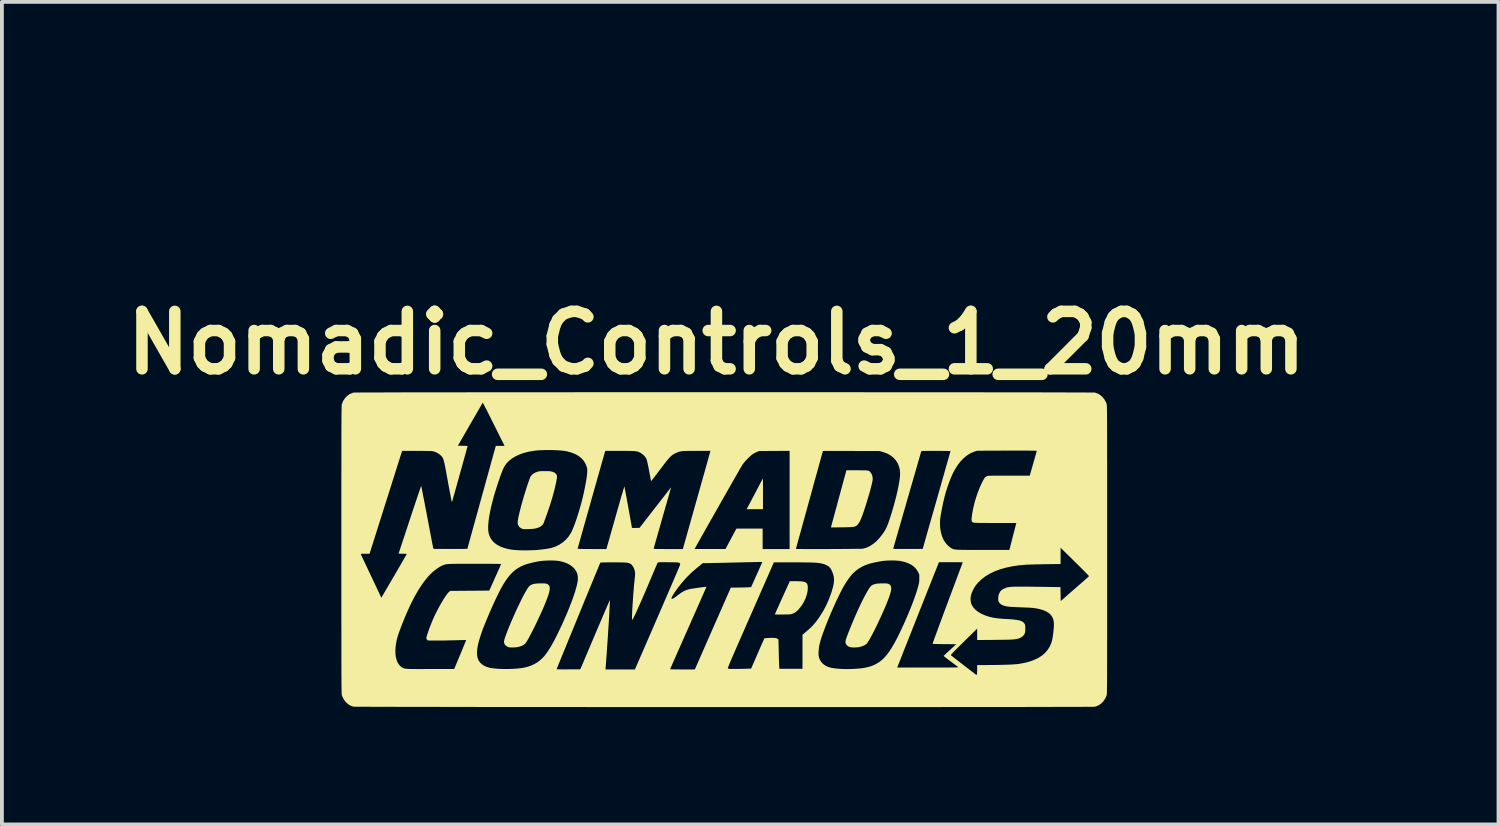
<source format=kicad_pcb>
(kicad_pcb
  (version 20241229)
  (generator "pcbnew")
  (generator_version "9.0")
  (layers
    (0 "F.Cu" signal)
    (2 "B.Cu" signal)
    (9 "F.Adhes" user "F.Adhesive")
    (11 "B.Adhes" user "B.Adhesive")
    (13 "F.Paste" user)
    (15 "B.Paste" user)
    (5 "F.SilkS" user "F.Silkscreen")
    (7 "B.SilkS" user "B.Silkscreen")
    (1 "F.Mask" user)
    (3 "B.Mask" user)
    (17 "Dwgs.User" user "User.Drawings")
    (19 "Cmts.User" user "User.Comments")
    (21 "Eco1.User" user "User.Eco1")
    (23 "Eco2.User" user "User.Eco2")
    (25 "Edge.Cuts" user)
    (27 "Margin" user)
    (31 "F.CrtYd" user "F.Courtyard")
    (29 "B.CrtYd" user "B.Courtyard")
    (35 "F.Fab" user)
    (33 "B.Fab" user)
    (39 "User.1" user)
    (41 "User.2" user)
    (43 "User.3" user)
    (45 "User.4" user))
  (footprint "Nomadic_Controls_1_20mm"
    (layer "F.Cu")
    (at 15.857 11.302)
    (property "Reference" "Nomadic_Controls_1_20mm" (at -0.2 -5.4 0) (layer "F.SilkS") (effects (font (size 1.5 1.5) (thickness 0.3))))
    (attr board_only exclude_from_pos_files exclude_from_bom)
    (fp_poly (pts (xy 1.013 -1.851) (xy 1.014 -1.829) (xy 1.014 -1.793) (xy 1.014 -1.746) (xy 1.015 -1.689) (xy 1.015 -1.623) (xy 1.015 -1.55) (xy 1.015 -1.471) (xy 1.015 -1.459) (xy 1.015 -1.056) (xy 0.802 -1.056) (xy 0.588 -1.056) (xy 0.629 -1.132) (xy 0.642 -1.155) (xy 0.661 -1.192) (xy 0.685 -1.238) (xy 0.714 -1.293) (xy 0.747 -1.356) (xy 0.782 -1.422) (xy 0.819 -1.492) (xy 0.84 -1.531) (xy 0.875 -1.598) (xy 0.908 -1.661) (xy 0.937 -1.717) (xy 0.963 -1.766) (xy 0.985 -1.806) (xy 1 -1.836) (xy 1.01 -1.854) (xy 1.012 -1.858)) (stroke (width 0) (type solid)) (fill yes) (layer "F.SilkS"))
    (fp_poly (pts (xy 1.863 0.823) (xy 1.945 0.825) (xy 2.012 0.828) (xy 2.066 0.835) (xy 2.108 0.846) (xy 2.139 0.861) (xy 2.161 0.882) (xy 2.175 0.91) (xy 2.183 0.944) (xy 2.186 0.986) (xy 2.186 0.998) (xy 2.179 1.09) (xy 2.157 1.185) (xy 2.123 1.282) (xy 2.077 1.376) (xy 2.02 1.466) (xy 1.954 1.549) (xy 1.925 1.581) (xy 1.872 1.628) (xy 1.818 1.661) (xy 1.761 1.682) (xy 1.746 1.686) (xy 1.727 1.688) (xy 1.696 1.69) (xy 1.656 1.692) (xy 1.61 1.693) (xy 1.56 1.694) (xy 1.509 1.695) (xy 1.46 1.695) (xy 1.415 1.695) (xy 1.376 1.694) (xy 1.347 1.692) (xy 1.33 1.69) (xy 1.326 1.689) (xy 1.33 1.68) (xy 1.339 1.658) (xy 1.354 1.624) (xy 1.374 1.579) (xy 1.399 1.524) (xy 1.427 1.462) (xy 1.458 1.392) (xy 1.492 1.317) (xy 1.521 1.253) (xy 1.716 0.823)) (stroke (width 0) (type solid)) (fill yes) (layer "F.SilkS"))
    (fp_poly (pts (xy 3.551 -2.072) (xy 3.614 -2.071) (xy 3.665 -2.071) (xy 3.705 -2.069) (xy 3.735 -2.067) (xy 3.758 -2.063) (xy 3.775 -2.058) (xy 3.789 -2.051) (xy 3.8 -2.043) (xy 3.811 -2.032) (xy 3.817 -2.025) (xy 3.851 -1.977) (xy 3.872 -1.92) (xy 3.879 -1.875) (xy 3.88 -1.851) (xy 3.879 -1.826) (xy 3.875 -1.796) (xy 3.867 -1.759) (xy 3.856 -1.71) (xy 3.849 -1.682) (xy 3.825 -1.587) (xy 3.797 -1.484) (xy 3.765 -1.376) (xy 3.732 -1.266) (xy 3.699 -1.157) (xy 3.665 -1.053) (xy 3.632 -0.956) (xy 3.601 -0.871) (xy 3.586 -0.83) (xy 3.558 -0.766) (xy 3.529 -0.712) (xy 3.5 -0.668) (xy 3.472 -0.637) (xy 3.464 -0.631) (xy 3.448 -0.62) (xy 3.431 -0.611) (xy 3.413 -0.603) (xy 3.392 -0.598) (xy 3.365 -0.593) (xy 3.331 -0.59) (xy 3.288 -0.588) (xy 3.234 -0.586) (xy 3.167 -0.584) (xy 3.087 -0.583) (xy 3.076 -0.583) (xy 2.79 -0.58) (xy 2.796 -0.603) (xy 2.799 -0.617) (xy 2.807 -0.645) (xy 2.818 -0.686) (xy 2.832 -0.739) (xy 2.849 -0.801) (xy 2.868 -0.872) (xy 2.889 -0.95) (xy 2.912 -1.034) (xy 2.936 -1.122) (xy 2.96 -1.213) (xy 2.985 -1.306) (xy 3.011 -1.4) (xy 3.036 -1.492) (xy 3.06 -1.581) (xy 3.083 -1.667) (xy 3.105 -1.747) (xy 3.125 -1.821) (xy 3.143 -1.887) (xy 3.158 -1.943) (xy 3.171 -1.988) (xy 3.18 -2.021) (xy 3.185 -2.041) (xy 3.186 -2.045) (xy 3.195 -2.072) (xy 3.473 -2.072)) (stroke (width 0) (type solid)) (fill yes) (layer "F.SilkS"))
    (fp_poly (pts (xy -4.732 0.881) (xy -4.696 0.882) (xy -4.669 0.883) (xy -4.649 0.887) (xy -4.632 0.891) (xy -4.617 0.898) (xy -4.588 0.916) (xy -4.568 0.939) (xy -4.556 0.97) (xy -4.552 1.009) (xy -4.556 1.058) (xy -4.569 1.117) (xy -4.59 1.188) (xy -4.615 1.258) (xy -4.651 1.355) (xy -4.696 1.464) (xy -4.747 1.583) (xy -4.805 1.71) (xy -4.868 1.845) (xy -4.935 1.984) (xy -4.987 2.088) (xy -5.034 2.181) (xy -5.075 2.259) (xy -5.111 2.324) (xy -5.141 2.377) (xy -5.166 2.417) (xy -5.187 2.446) (xy -5.198 2.46) (xy -5.226 2.482) (xy -5.266 2.504) (xy -5.314 2.523) (xy -5.367 2.539) (xy -5.377 2.541) (xy -5.411 2.547) (xy -5.454 2.551) (xy -5.5 2.553) (xy -5.546 2.554) (xy -5.586 2.553) (xy -5.617 2.549) (xy -5.625 2.547) (xy -5.672 2.527) (xy -5.709 2.498) (xy -5.735 2.462) (xy -5.747 2.423) (xy -5.748 2.411) (xy -5.745 2.383) (xy -5.734 2.341) (xy -5.718 2.288) (xy -5.695 2.224) (xy -5.668 2.152) (xy -5.637 2.072) (xy -5.602 1.986) (xy -5.564 1.896) (xy -5.523 1.802) (xy -5.481 1.706) (xy -5.438 1.61) (xy -5.394 1.516) (xy -5.35 1.424) (xy -5.307 1.335) (xy -5.266 1.252) (xy -5.226 1.176) (xy -5.189 1.108) (xy -5.155 1.05) (xy -5.126 1.003) (xy -5.124 1.001) (xy -5.097 0.965) (xy -5.067 0.937) (xy -5.032 0.916) (xy -4.989 0.9) (xy -4.938 0.889) (xy -4.875 0.883) (xy -4.798 0.881) (xy -4.782 0.881)) (stroke (width 0) (type solid)) (fill yes) (layer "F.SilkS"))
    (fp_poly (pts (xy 4.185 0.881) (xy 4.221 0.882) (xy 4.248 0.883) (xy 4.268 0.887) (xy 4.285 0.891) (xy 4.3 0.898) (xy 4.33 0.917) (xy 4.351 0.943) (xy 4.362 0.977) (xy 4.365 1.02) (xy 4.358 1.073) (xy 4.342 1.138) (xy 4.321 1.204) (xy 4.298 1.268) (xy 4.27 1.342) (xy 4.238 1.422) (xy 4.202 1.508) (xy 4.163 1.598) (xy 4.121 1.691) (xy 4.078 1.785) (xy 4.035 1.878) (xy 3.991 1.97) (xy 3.948 2.058) (xy 3.906 2.142) (xy 3.866 2.219) (xy 3.828 2.288) (xy 3.795 2.349) (xy 3.765 2.398) (xy 3.74 2.435) (xy 3.722 2.457) (xy 3.691 2.482) (xy 3.646 2.506) (xy 3.593 2.527) (xy 3.54 2.541) (xy 3.503 2.548) (xy 3.457 2.552) (xy 3.408 2.554) (xy 3.361 2.553) (xy 3.321 2.551) (xy 3.296 2.547) (xy 3.245 2.527) (xy 3.205 2.494) (xy 3.193 2.48) (xy 3.182 2.463) (xy 3.174 2.445) (xy 3.17 2.426) (xy 3.17 2.404) (xy 3.174 2.376) (xy 3.183 2.342) (xy 3.196 2.299) (xy 3.215 2.247) (xy 3.239 2.183) (xy 3.27 2.106) (xy 3.277 2.088) (xy 3.335 1.944) (xy 3.394 1.804) (xy 3.453 1.669) (xy 3.511 1.54) (xy 3.568 1.42) (xy 3.622 1.309) (xy 3.674 1.208) (xy 3.722 1.12) (xy 3.766 1.045) (xy 3.789 1.009) (xy 3.816 0.971) (xy 3.841 0.943) (xy 3.869 0.924) (xy 3.904 0.909) (xy 3.951 0.896) (xy 3.953 0.895) (xy 3.988 0.888) (xy 4.033 0.884) (xy 4.09 0.881) (xy 4.135 0.881)) (stroke (width 0) (type solid)) (fill yes) (layer "F.SilkS"))
    (fp_poly (pts (xy -4.626 -2.051) (xy -4.585 -2.05) (xy -4.553 -2.048) (xy -4.528 -2.045) (xy -4.505 -2.039) (xy -4.482 -2.033) (xy -4.445 -2.019) (xy -4.419 -2.004) (xy -4.396 -1.984) (xy -4.394 -1.982) (xy -4.38 -1.964) (xy -4.37 -1.946) (xy -4.364 -1.926) (xy -4.363 -1.901) (xy -4.366 -1.867) (xy -4.373 -1.824) (xy -4.384 -1.768) (xy -4.386 -1.756) (xy -4.429 -1.567) (xy -4.482 -1.371) (xy -4.544 -1.168) (xy -4.616 -0.956) (xy -4.663 -0.827) (xy -4.678 -0.785) (xy -4.693 -0.746) (xy -4.705 -0.713) (xy -4.713 -0.691) (xy -4.713 -0.69) (xy -4.736 -0.651) (xy -4.773 -0.617) (xy -4.822 -0.587) (xy -4.883 -0.564) (xy -4.927 -0.553) (xy -4.955 -0.548) (xy -4.994 -0.544) (xy -5.039 -0.54) (xy -5.088 -0.538) (xy -5.137 -0.536) (xy -5.181 -0.535) (xy -5.219 -0.536) (xy -5.246 -0.537) (xy -5.257 -0.539) (xy -5.31 -0.564) (xy -5.351 -0.598) (xy -5.377 -0.641) (xy -5.387 -0.671) (xy -5.39 -0.692) (xy -5.39 -0.719) (xy -5.386 -0.752) (xy -5.38 -0.795) (xy -5.37 -0.847) (xy -5.356 -0.911) (xy -5.338 -0.989) (xy -5.325 -1.04) (xy -5.309 -1.103) (xy -5.29 -1.175) (xy -5.268 -1.253) (xy -5.245 -1.334) (xy -5.22 -1.418) (xy -5.194 -1.502) (xy -5.169 -1.583) (xy -5.144 -1.66) (xy -5.121 -1.73) (xy -5.099 -1.792) (xy -5.081 -1.843) (xy -5.066 -1.882) (xy -5.06 -1.895) (xy -5.029 -1.942) (xy -4.984 -1.982) (xy -4.925 -2.015) (xy -4.868 -2.036) (xy -4.845 -2.042) (xy -4.819 -2.046) (xy -4.788 -2.049) (xy -4.748 -2.051) (xy -4.695 -2.051) (xy -4.68 -2.051)) (stroke (width 0) (type solid)) (fill yes) (layer "F.SilkS"))
    (fp_poly (pts (xy 0.384 -4.111) (xy 0.729 -4.111) (xy 1.073 -4.111) (xy 1.416 -4.111) (xy 1.757 -4.111) (xy 2.096 -4.111) (xy 2.433 -4.111) (xy 2.767 -4.111) (xy 3.098 -4.111) (xy 3.425 -4.111) (xy 3.748 -4.11) (xy 4.067 -4.11) (xy 4.381 -4.11) (xy 4.691 -4.11) (xy 4.994 -4.11) (xy 5.292 -4.11) (xy 5.583 -4.11) (xy 5.868 -4.109) (xy 6.146 -4.109) (xy 6.416 -4.109) (xy 6.678 -4.109) (xy 6.932 -4.108) (xy 7.178 -4.108) (xy 7.414 -4.108) (xy 7.641 -4.108) (xy 7.858 -4.107) (xy 8.065 -4.107) (xy 8.262 -4.107) (xy 8.447 -4.106) (xy 8.621 -4.106) (xy 8.784 -4.106) (xy 8.934 -4.105) (xy 9.071 -4.105) (xy 9.196 -4.105) (xy 9.307 -4.104) (xy 9.405 -4.104) (xy 9.488 -4.103) (xy 9.557 -4.103) (xy 9.611 -4.103) (xy 9.65 -4.102) (xy 9.673 -4.102) (xy 9.68 -4.101) (xy 9.752 -4.078) (xy 9.818 -4.04) (xy 9.877 -3.989) (xy 9.928 -3.927) (xy 9.968 -3.854) (xy 9.987 -3.808) (xy 9.988 -3.804) (xy 9.989 -3.799) (xy 9.99 -3.793) (xy 9.991 -3.786) (xy 9.992 -3.776) (xy 9.993 -3.764) (xy 9.994 -3.749) (xy 9.995 -3.731) (xy 9.995 -3.709) (xy 9.996 -3.682) (xy 9.997 -3.651) (xy 9.997 -3.614) (xy 9.998 -3.572) (xy 9.998 -3.523) (xy 9.999 -3.468) (xy 9.999 -3.407) (xy 10 -3.337) (xy 10 -3.26) (xy 10 -3.175) (xy 10 -3.08) (xy 10.001 -2.977) (xy 10.001 -2.864) (xy 10.001 -2.74) (xy 10.001 -2.607) (xy 10.001 -2.462) (xy 10.002 -2.306) (xy 10.002 -2.137) (xy 10.002 -1.957) (xy 10.002 -1.764) (xy 10.002 -1.557) (xy 10.002 -1.337) (xy 10.002 -1.103) (xy 10.002 -0.854) (xy 10.002 -0.59) (xy 10.002 -0.31) (xy 10.002 -0.015) (xy 10.002 0) (xy 10.002 0.296) (xy 10.002 0.576) (xy 10.002 0.841) (xy 10.002 1.091) (xy 10.002 1.326) (xy 10.002 1.546) (xy 10.002 1.754) (xy 10.002 1.948) (xy 10.002 2.129) (xy 10.002 2.298) (xy 10.001 2.454) (xy 10.001 2.6) (xy 10.001 2.734) (xy 10.001 2.858) (xy 10.001 2.972) (xy 10 3.075) (xy 10 3.17) (xy 10 3.256) (xy 10 3.334) (xy 9.999 3.403) (xy 9.999 3.466) (xy 9.998 3.521) (xy 9.998 3.569) (xy 9.997 3.612) (xy 9.997 3.649) (xy 9.996 3.68) (xy 9.995 3.707) (xy 9.995 3.73) (xy 9.994 3.748) (xy 9.993 3.764) (xy 9.992 3.776) (xy 9.991 3.785) (xy 9.99 3.793) (xy 9.989 3.799) (xy 9.988 3.803) (xy 9.987 3.807) (xy 9.987 3.808) (xy 9.953 3.885) (xy 9.908 3.954) (xy 9.854 4.012) (xy 9.792 4.057) (xy 9.723 4.089) (xy 9.68 4.101) (xy 9.67 4.102) (xy 9.643 4.102) (xy 9.601 4.103) (xy 9.544 4.103) (xy 9.472 4.104) (xy 9.386 4.104) (xy 9.285 4.105) (xy 9.171 4.105) (xy 9.044 4.105) (xy 8.903 4.106) (xy 8.751 4.106) (xy 8.586 4.106) (xy 8.409 4.107) (xy 8.222 4.107) (xy 8.023 4.107) (xy 7.814 4.108) (xy 7.595 4.108) (xy 7.366 4.108) (xy 7.127 4.108) (xy 6.88 4.109) (xy 6.624 4.109) (xy 6.36 4.109) (xy 6.089 4.109) (xy 5.809 4.109) (xy 5.523 4.11) (xy 5.231 4.11) (xy 4.932 4.11) (xy 4.627 4.11) (xy 4.317 4.11) (xy 4.001 4.11) (xy 3.681 4.11) (xy 3.357 4.11) (xy 3.029 4.111) (xy 2.698 4.111) (xy 2.363 4.111) (xy 2.026 4.111) (xy 1.686 4.111) (xy 1.345 4.111) (xy 1.002 4.111) (xy 0.657 4.111) (xy 0.312 4.111) (xy -0.033 4.111) (xy -0.378 4.111) (xy -0.723 4.111) (xy -1.067 4.11) (xy -1.41 4.11) (xy -1.751 4.11) (xy -2.09 4.11) (xy -2.427 4.11) (xy -2.761 4.11) (xy -3.092 4.11) (xy -3.419 4.11) (xy -3.743 4.109) (xy -4.062 4.109) (xy -4.376 4.109) (xy -4.686 4.109) (xy -4.989 4.109) (xy -5.287 4.108) (xy -5.579 4.108) (xy -5.864 4.108) (xy -6.141 4.108) (xy -6.412 4.108) (xy -6.674 4.107) (xy -6.929 4.107) (xy -7.174 4.107) (xy -7.411 4.106) (xy -7.638 4.106) (xy -7.856 4.106) (xy -8.063 4.105) (xy -8.259 4.105) (xy -8.445 4.105) (xy -8.619 4.104) (xy -8.782 4.104) (xy -8.932 4.104) (xy -9.07 4.103) (xy -9.195 4.103) (xy -9.307 4.102) (xy -9.405 4.102) (xy -9.489 4.101) (xy -9.558 4.101) (xy -9.613 4.101) (xy -9.652 4.1) (xy -9.675 4.1) (xy -9.683 4.099) (xy -9.754 4.074) (xy -9.819 4.034) (xy -9.877 3.981) (xy -9.926 3.916) (xy -9.965 3.842) (xy -9.978 3.808) (xy -9.98 3.804) (xy -9.981 3.799) (xy -9.982 3.793) (xy -9.983 3.786) (xy -9.984 3.776) (xy -9.985 3.764) (xy -9.986 3.749) (xy -9.986 3.731) (xy -9.987 3.709) (xy -9.988 3.682) (xy -9.988 3.651) (xy -9.989 3.614) (xy -9.99 3.572) (xy -9.99 3.523) (xy -9.991 3.468) (xy -9.991 3.407) (xy -9.991 3.337) (xy -9.992 3.26) (xy -9.992 3.175) (xy -9.992 3.121) (xy -4.373 3.121) (xy -4.365 3.123) (xy -4.342 3.124) (xy -4.306 3.125) (xy -4.259 3.126) (xy -4.202 3.126) (xy -4.136 3.126) (xy -4.064 3.126) (xy -4.063 3.126) (xy -3.754 3.124) (xy -3.37 2.217) (xy -3.321 2.102) (xy -3.274 1.991) (xy -3.228 1.885) (xy -3.186 1.785) (xy -3.146 1.692) (xy -3.11 1.607) (xy -3.077 1.531) (xy -3.049 1.465) (xy -3.025 1.41) (xy -3.006 1.366) (xy -2.992 1.335) (xy -2.984 1.318) (xy -2.982 1.314) (xy -2.982 1.323) (xy -2.982 1.347) (xy -2.983 1.386) (xy -2.986 1.437) (xy -2.989 1.499) (xy -2.993 1.571) (xy -2.997 1.653) (xy -3.002 1.742) (xy -3.008 1.838) (xy -3.014 1.939) (xy -3.021 2.044) (xy -3.028 2.152) (xy -3.035 2.262) (xy -3.042 2.372) (xy -3.05 2.482) (xy -3.057 2.589) (xy -3.064 2.693) (xy -3.072 2.792) (xy -3.078 2.886) (xy -3.085 2.973) (xy -3.091 3.051) (xy -3.092 3.064) (xy -3.098 3.128) (xy -2.713 3.128) (xy -2.329 3.128) (xy -2.325 3.12) (xy -1.408 3.12) (xy -1.4 3.122) (xy -1.376 3.124) (xy -1.337 3.125) (xy -1.284 3.127) (xy -1.217 3.127) (xy -1.136 3.128) (xy -1.086 3.128) (xy -0.764 3.128) (xy -0.75 3.096) (xy 0.098 3.096) (xy 0.099 3.099) (xy 0.1 3.101) (xy 0.113 3.108) (xy 0.134 3.113) (xy 0.138 3.114) (xy 0.155 3.115) (xy 0.186 3.115) (xy 0.226 3.115) (xy 0.275 3.115) (xy 0.33 3.114) (xy 0.388 3.114) (xy 0.448 3.113) (xy 0.506 3.112) (xy 0.561 3.11) (xy 0.61 3.109) (xy 0.652 3.108) (xy 0.683 3.107) (xy 0.701 3.105) (xy 0.705 3.104) (xy 0.71 3.096) (xy 0.72 3.074) (xy 0.734 3.041) (xy 0.753 2.998) (xy 0.775 2.947) (xy 0.8 2.89) (xy 0.818 2.85) (xy 0.847 2.781) (xy 0.878 2.71) (xy 0.908 2.64) (xy 0.938 2.573) (xy 0.963 2.514) (xy 0.985 2.466) (xy 0.989 2.456) (xy 1.054 2.313) (xy 1.164 2.306) (xy 1.236 2.303) (xy 1.294 2.303) (xy 1.338 2.307) (xy 1.371 2.315) (xy 1.394 2.326) (xy 1.398 2.329) (xy 1.419 2.348) (xy 1.426 2.621) (xy 1.427 2.692) (xy 1.429 2.764) (xy 1.431 2.833) (xy 1.433 2.895) (xy 1.435 2.949) (xy 1.437 2.99) (xy 1.437 3.003) (xy 1.443 3.112) (xy 1.745 3.112) (xy 2.047 3.112) (xy 2.047 2.715) (xy 2.466 2.715) (xy 2.468 2.765) (xy 2.472 2.792) (xy 2.495 2.864) (xy 2.532 2.927) (xy 2.581 2.982) (xy 2.643 3.027) (xy 2.716 3.062) (xy 2.8 3.086) (xy 2.828 3.091) (xy 2.934 3.105) (xy 3.051 3.114) (xy 3.177 3.118) (xy 3.308 3.117) (xy 3.427 3.111) (xy 3.535 3.103) (xy 3.629 3.092) (xy 3.702 3.079) (xy 4.52 3.079) (xy 5.325 3.079) (xy 5.458 3.078) (xy 5.576 3.078) (xy 5.679 3.078) (xy 5.769 3.078) (xy 5.846 3.078) (xy 5.911 3.077) (xy 5.965 3.077) (xy 6.009 3.076) (xy 6.044 3.075) (xy 6.071 3.074) (xy 6.09 3.073) (xy 6.104 3.072) (xy 6.111 3.07) (xy 6.114 3.068) (xy 6.113 3.066) (xy 6.113 3.066) (xy 6.102 3.058) (xy 6.08 3.042) (xy 6.049 3.018) (xy 6.01 2.989) (xy 5.966 2.956) (xy 5.918 2.919) (xy 5.914 2.917) (xy 5.867 2.881) (xy 5.824 2.849) (xy 5.788 2.82) (xy 5.759 2.798) (xy 5.74 2.783) (xy 5.733 2.776) (xy 5.733 2.776) (xy 5.738 2.769) (xy 5.753 2.755) (xy 5.921 2.755) (xy 5.922 2.757) (xy 5.931 2.764) (xy 5.951 2.78) (xy 5.981 2.804) (xy 6.019 2.834) (xy 6.064 2.869) (xy 6.115 2.908) (xy 6.169 2.95) (xy 6.225 2.993) (xy 6.282 3.038) (xy 6.339 3.081) (xy 6.393 3.123) (xy 6.444 3.162) (xy 6.49 3.197) (xy 6.529 3.227) (xy 6.56 3.251) (xy 6.581 3.267) (xy 6.592 3.274) (xy 6.592 3.275) (xy 6.596 3.268) (xy 6.601 3.25) (xy 6.603 3.237) (xy 6.605 3.213) (xy 6.607 3.178) (xy 6.608 3.137) (xy 6.608 3.106) (xy 6.608 3.013) (xy 6.88 3.013) (xy 6.999 3.012) (xy 7.115 3.011) (xy 7.226 3.009) (xy 7.33 3.006) (xy 7.425 3.003) (xy 7.511 2.999) (xy 7.585 2.994) (xy 7.646 2.989) (xy 7.689 2.984) (xy 7.839 2.958) (xy 7.975 2.923) (xy 8.097 2.879) (xy 8.206 2.827) (xy 8.301 2.765) (xy 8.382 2.695) (xy 8.45 2.616) (xy 8.505 2.528) (xy 8.546 2.431) (xy 8.561 2.38) (xy 8.572 2.332) (xy 8.582 2.272) (xy 8.592 2.202) (xy 8.6 2.128) (xy 8.607 2.051) (xy 8.612 1.981) (xy 8.61 1.899) (xy 8.597 1.826) (xy 8.571 1.762) (xy 8.533 1.706) (xy 8.481 1.657) (xy 8.415 1.616) (xy 8.335 1.581) (xy 8.24 1.553) (xy 8.201 1.544) (xy 8.162 1.536) (xy 8.125 1.53) (xy 8.085 1.525) (xy 8.042 1.52) (xy 7.992 1.516) (xy 7.933 1.513) (xy 7.862 1.51) (xy 7.778 1.507) (xy 7.771 1.507) (xy 7.704 1.504) (xy 7.638 1.501) (xy 7.576 1.498) (xy 7.521 1.495) (xy 7.476 1.493) (xy 7.444 1.49) (xy 7.44 1.49) (xy 7.36 1.478) (xy 7.295 1.46) (xy 7.244 1.437) (xy 7.205 1.408) (xy 7.177 1.371) (xy 7.173 1.364) (xy 7.164 1.341) (xy 7.158 1.32) (xy 7.157 1.294) (xy 7.158 1.258) (xy 7.158 1.257) (xy 7.162 1.216) (xy 7.168 1.184) (xy 7.18 1.153) (xy 7.188 1.135) (xy 7.212 1.093) (xy 7.24 1.061) (xy 7.276 1.035) (xy 7.317 1.015) (xy 7.338 1.005) (xy 7.358 0.997) (xy 7.379 0.99) (xy 7.402 0.984) (xy 7.428 0.979) (xy 7.458 0.975) (xy 7.493 0.972) (xy 7.535 0.969) (xy 7.584 0.967) (xy 7.641 0.966) (xy 7.708 0.966) (xy 7.785 0.966) (xy 7.874 0.966) (xy 7.976 0.967) (xy 8.092 0.969) (xy 8.223 0.97) (xy 8.258 0.971) (xy 8.782 0.978) (xy 8.786 1.161) (xy 8.79 1.344) (xy 8.937 1.214) (xy 8.981 1.175) (xy 9.034 1.128) (xy 9.094 1.076) (xy 9.157 1.021) (xy 9.221 0.965) (xy 9.282 0.912) (xy 9.305 0.892) (xy 9.356 0.847) (xy 9.403 0.806) (xy 9.445 0.769) (xy 9.48 0.738) (xy 9.506 0.714) (xy 9.523 0.698) (xy 9.529 0.692) (xy 9.523 0.685) (xy 9.507 0.667) (xy 9.482 0.64) (xy 9.447 0.605) (xy 9.405 0.562) (xy 9.356 0.512) (xy 9.301 0.457) (xy 9.241 0.398) (xy 9.177 0.335) (xy 9.159 0.317) (xy 8.786 -0.05) (xy 8.786 0.162) (xy 8.786 0.375) (xy 8.411 0.38) (xy 8.328 0.381) (xy 8.244 0.383) (xy 8.162 0.384) (xy 8.085 0.386) (xy 8.015 0.388) (xy 7.955 0.39) (xy 7.908 0.392) (xy 7.889 0.393) (xy 7.702 0.409) (xy 7.525 0.435) (xy 7.36 0.47) (xy 7.207 0.513) (xy 7.065 0.566) (xy 6.937 0.628) (xy 6.821 0.698) (xy 6.718 0.777) (xy 6.629 0.864) (xy 6.571 0.934) (xy 6.527 1.002) (xy 6.489 1.076) (xy 6.459 1.151) (xy 6.451 1.176) (xy 6.439 1.241) (xy 6.436 1.307) (xy 6.442 1.369) (xy 6.458 1.423) (xy 6.462 1.433) (xy 6.503 1.502) (xy 6.559 1.565) (xy 6.629 1.622) (xy 6.714 1.672) (xy 6.813 1.716) (xy 6.868 1.735) (xy 6.926 1.753) (xy 6.985 1.767) (xy 7.047 1.78) (xy 7.116 1.79) (xy 7.192 1.799) (xy 7.28 1.806) (xy 7.381 1.812) (xy 7.419 1.814) (xy 7.487 1.818) (xy 7.554 1.824) (xy 7.617 1.832) (xy 7.672 1.84) (xy 7.716 1.849) (xy 7.732 1.854) (xy 7.786 1.876) (xy 7.826 1.908) (xy 7.846 1.936) (xy 7.854 1.953) (xy 7.86 1.969) (xy 7.863 1.991) (xy 7.864 2.02) (xy 7.865 2.062) (xy 7.865 2.063) (xy 7.864 2.108) (xy 7.862 2.14) (xy 7.858 2.164) (xy 7.852 2.184) (xy 7.847 2.194) (xy 7.816 2.243) (xy 7.772 2.282) (xy 7.715 2.312) (xy 7.693 2.319) (xy 7.67 2.326) (xy 7.647 2.331) (xy 7.623 2.336) (xy 7.595 2.34) (xy 7.563 2.343) (xy 7.525 2.346) (xy 7.479 2.349) (xy 7.425 2.35) (xy 7.36 2.352) (xy 7.283 2.353) (xy 7.193 2.354) (xy 7.089 2.356) (xy 7.073 2.356) (xy 6.608 2.36) (xy 6.608 2.211) (xy 6.608 2.062) (xy 6.26 2.404) (xy 6.185 2.478) (xy 6.121 2.54) (xy 6.068 2.594) (xy 6.024 2.638) (xy 5.989 2.673) (xy 5.963 2.702) (xy 5.943 2.723) (xy 5.93 2.739) (xy 5.923 2.749) (xy 5.921 2.755) (xy 5.753 2.755) (xy 5.755 2.753) (xy 5.78 2.729) (xy 5.813 2.698) (xy 5.852 2.662) (xy 5.894 2.623) (xy 5.897 2.62) (xy 6.061 2.469) (xy 5.753 2.467) (xy 5.672 2.466) (xy 5.605 2.465) (xy 5.553 2.464) (xy 5.512 2.463) (xy 5.483 2.462) (xy 5.463 2.46) (xy 5.451 2.458) (xy 5.446 2.455) (xy 5.445 2.453) (xy 5.448 2.443) (xy 5.456 2.418) (xy 5.47 2.379) (xy 5.489 2.326) (xy 5.513 2.261) (xy 5.542 2.183) (xy 5.575 2.093) (xy 5.612 1.991) (xy 5.653 1.88) (xy 5.699 1.758) (xy 5.747 1.626) (xy 5.8 1.486) (xy 5.855 1.337) (xy 5.914 1.18) (xy 5.975 1.017) (xy 6.039 0.846) (xy 6.099 0.684) (xy 6.126 0.613) (xy 6.151 0.546) (xy 6.174 0.485) (xy 6.194 0.432) (xy 6.21 0.389) (xy 6.222 0.356) (xy 6.229 0.336) (xy 6.231 0.33) (xy 6.223 0.33) (xy 6.201 0.329) (xy 6.166 0.329) (xy 6.119 0.328) (xy 6.064 0.328) (xy 6.001 0.328) (xy 5.932 0.328) (xy 5.921 0.328) (xy 5.61 0.328) (xy 5.381 0.903) (xy 5.357 0.964) (xy 5.328 1.035) (xy 5.296 1.116) (xy 5.261 1.205) (xy 5.223 1.301) (xy 5.182 1.404) (xy 5.14 1.511) (xy 5.095 1.623) (xy 5.05 1.737) (xy 5.004 1.853) (xy 4.958 1.97) (xy 4.912 2.086) (xy 4.867 2.201) (xy 4.822 2.313) (xy 4.779 2.422) (xy 4.738 2.525) (xy 4.699 2.623) (xy 4.664 2.714) (xy 4.631 2.797) (xy 4.602 2.871) (xy 4.577 2.934) (xy 4.556 2.986) (xy 4.541 3.026) (xy 4.531 3.052) (xy 4.527 3.06) (xy 4.52 3.079) (xy 3.702 3.079) (xy 3.713 3.077) (xy 3.788 3.058) (xy 3.858 3.035) (xy 3.924 3.007) (xy 3.958 2.99) (xy 4.024 2.953) (xy 4.086 2.909) (xy 4.146 2.858) (xy 4.205 2.798) (xy 4.263 2.728) (xy 4.322 2.648) (xy 4.38 2.557) (xy 4.441 2.453) (xy 4.504 2.336) (xy 4.57 2.205) (xy 4.602 2.136) (xy 4.686 1.957) (xy 4.763 1.783) (xy 4.834 1.616) (xy 4.898 1.457) (xy 4.955 1.307) (xy 5.004 1.168) (xy 5.045 1.04) (xy 5.074 0.938) (xy 5.085 0.891) (xy 5.092 0.852) (xy 5.096 0.812) (xy 5.097 0.766) (xy 5.097 0.749) (xy 5.097 0.65) (xy 5.063 0.58) (xy 5.02 0.511) (xy 4.964 0.45) (xy 4.894 0.398) (xy 4.812 0.356) (xy 4.716 0.322) (xy 4.614 0.298) (xy 4.566 0.291) (xy 4.505 0.286) (xy 4.437 0.283) (xy 4.364 0.282) (xy 4.292 0.284) (xy 4.225 0.287) (xy 4.166 0.292) (xy 4.151 0.294) (xy 4.087 0.304) (xy 4.017 0.317) (xy 3.945 0.331) (xy 3.877 0.347) (xy 3.816 0.362) (xy 3.769 0.376) (xy 3.676 0.41) (xy 3.591 0.451) (xy 3.511 0.498) (xy 3.437 0.554) (xy 3.366 0.619) (xy 3.299 0.695) (xy 3.233 0.783) (xy 3.167 0.883) (xy 3.101 0.997) (xy 3.038 1.119) (xy 2.981 1.235) (xy 2.923 1.355) (xy 2.867 1.48) (xy 2.811 1.605) (xy 2.758 1.731) (xy 2.707 1.854) (xy 2.659 1.974) (xy 2.616 2.089) (xy 2.577 2.196) (xy 2.543 2.294) (xy 2.516 2.382) (xy 2.496 2.457) (xy 2.493 2.47) (xy 2.481 2.53) (xy 2.473 2.593) (xy 2.467 2.656) (xy 2.466 2.715) (xy 2.047 2.715) (xy 2.047 2.667) (xy 2.047 2.222) (xy 2.167 2.12) (xy 2.252 2.045) (xy 2.326 1.97) (xy 2.394 1.891) (xy 2.46 1.802) (xy 2.488 1.761) (xy 2.586 1.605) (xy 2.67 1.447) (xy 2.742 1.284) (xy 2.804 1.112) (xy 2.847 0.965) (xy 2.863 0.883) (xy 2.87 0.801) (xy 2.866 0.725) (xy 2.854 0.663) (xy 2.837 0.612) (xy 2.816 0.561) (xy 2.794 0.515) (xy 2.771 0.479) (xy 2.761 0.466) (xy 2.728 0.437) (xy 2.682 0.409) (xy 2.629 0.385) (xy 2.577 0.369) (xy 2.548 0.362) (xy 2.517 0.356) (xy 2.485 0.35) (xy 2.449 0.346) (xy 2.408 0.342) (xy 2.361 0.339) (xy 2.306 0.337) (xy 2.243 0.335) (xy 2.169 0.334) (xy 2.084 0.333) (xy 1.985 0.332) (xy 1.873 0.332) (xy 1.81 0.332) (xy 1.299 0.332) (xy 1.236 0.475) (xy 1.225 0.5) (xy 1.208 0.539) (xy 1.186 0.591) (xy 1.158 0.654) (xy 1.125 0.729) (xy 1.088 0.814) (xy 1.047 0.907) (xy 1.002 1.009) (xy 0.955 1.117) (xy 0.905 1.231) (xy 0.853 1.349) (xy 0.799 1.472) (xy 0.744 1.597) (xy 0.721 1.65) (xy 0.645 1.823) (xy 0.575 1.981) (xy 0.512 2.126) (xy 0.454 2.257) (xy 0.402 2.376) (xy 0.355 2.483) (xy 0.313 2.579) (xy 0.276 2.665) (xy 0.243 2.74) (xy 0.215 2.806) (xy 0.19 2.863) (xy 0.169 2.913) (xy 0.151 2.954) (xy 0.137 2.989) (xy 0.125 3.018) (xy 0.116 3.041) (xy 0.109 3.06) (xy 0.104 3.074) (xy 0.1 3.084) (xy 0.099 3.091) (xy 0.098 3.096) (xy -0.75 3.096) (xy -0.294 2.059) (xy 0.176 0.991) (xy 0.356 0.99) (xy 0.415 0.989) (xy 0.475 0.988) (xy 0.531 0.987) (xy 0.58 0.986) (xy 0.617 0.984) (xy 0.621 0.984) (xy 0.706 0.978) (xy 0.852 0.652) (xy 0.883 0.583) (xy 0.911 0.52) (xy 0.937 0.462) (xy 0.958 0.413) (xy 0.976 0.372) (xy 0.988 0.343) (xy 0.995 0.326) (xy 0.996 0.322) (xy 0.988 0.322) (xy 0.964 0.322) (xy 0.927 0.323) (xy 0.876 0.323) (xy 0.814 0.324) (xy 0.742 0.326) (xy 0.66 0.328) (xy 0.571 0.329) (xy 0.474 0.332) (xy 0.372 0.334) (xy 0.294 0.336) (xy 0.187 0.338) (xy 0.082 0.341) (xy -0.017 0.343) (xy -0.111 0.345) (xy -0.197 0.347) (xy -0.275 0.348) (xy -0.342 0.35) (xy -0.398 0.351) (xy -0.441 0.352) (xy -0.47 0.352) (xy -0.48 0.352) (xy -0.555 0.352) (xy -0.697 0.466) (xy -0.854 0.601) (xy -1 0.747) (xy -1.133 0.902) (xy -1.185 0.968) (xy -1.232 1.031) (xy -1.275 1.091) (xy -1.311 1.145) (xy -1.34 1.193) (xy -1.361 1.232) (xy -1.373 1.262) (xy -1.376 1.275) (xy -1.37 1.286) (xy -1.353 1.285) (xy -1.326 1.273) (xy -1.289 1.25) (xy -1.242 1.216) (xy -1.198 1.182) (xy -1.124 1.127) (xy -1.054 1.085) (xy -0.983 1.054) (xy -0.91 1.032) (xy -0.908 1.032) (xy -0.886 1.027) (xy -0.852 1.022) (xy -0.81 1.015) (xy -0.762 1.008) (xy -0.71 1) (xy -0.657 0.993) (xy -0.605 0.986) (xy -0.558 0.979) (xy -0.517 0.975) (xy -0.486 0.971) (xy -0.466 0.97) (xy -0.461 0.97) (xy -0.464 0.977) (xy -0.473 0.999) (xy -0.488 1.034) (xy -0.509 1.082) (xy -0.535 1.141) (xy -0.566 1.21) (xy -0.601 1.29) (xy -0.64 1.379) (xy -0.683 1.476) (xy -0.729 1.58) (xy -0.778 1.691) (xy -0.83 1.808) (xy -0.884 1.93) (xy -0.933 2.042) (xy -0.989 2.167) (xy -1.043 2.289) (xy -1.094 2.405) (xy -1.143 2.516) (xy -1.189 2.62) (xy -1.232 2.716) (xy -1.271 2.805) (xy -1.306 2.884) (xy -1.336 2.953) (xy -1.362 3.012) (xy -1.382 3.058) (xy -1.397 3.092) (xy -1.406 3.113) (xy -1.408 3.12) (xy -2.325 3.12) (xy -1.741 1.775) (xy -1.679 1.633) (xy -1.619 1.495) (xy -1.562 1.361) (xy -1.506 1.233) (xy -1.454 1.111) (xy -1.404 0.996) (xy -1.358 0.889) (xy -1.315 0.789) (xy -1.277 0.699) (xy -1.243 0.62) (xy -1.214 0.55) (xy -1.189 0.493) (xy -1.17 0.447) (xy -1.157 0.415) (xy -1.15 0.396) (xy -1.149 0.392) (xy -1.148 0.37) (xy -1.154 0.357) (xy -1.168 0.347) (xy -1.175 0.343) (xy -1.185 0.339) (xy -1.198 0.336) (xy -1.218 0.334) (xy -1.245 0.333) (xy -1.281 0.331) (xy -1.329 0.33) (xy -1.389 0.33) (xy -1.458 0.329) (xy -1.533 0.328) (xy -1.594 0.328) (xy -1.642 0.328) (xy -1.678 0.329) (xy -1.703 0.33) (xy -1.72 0.332) (xy -1.729 0.335) (xy -1.733 0.337) (xy -1.738 0.347) (xy -1.749 0.371) (xy -1.764 0.405) (xy -1.782 0.447) (xy -1.803 0.494) (xy -1.813 0.52) (xy -1.893 0.708) (xy -1.966 0.881) (xy -2.034 1.041) (xy -2.097 1.186) (xy -2.153 1.316) (xy -2.205 1.433) (xy -2.25 1.534) (xy -2.289 1.621) (xy -2.323 1.694) (xy -2.351 1.751) (xy -2.373 1.794) (xy -2.389 1.821) (xy -2.399 1.833) (xy -2.401 1.834) (xy -2.404 1.826) (xy -2.405 1.804) (xy -2.405 1.768) (xy -2.404 1.72) (xy -2.402 1.662) (xy -2.399 1.595) (xy -2.395 1.521) (xy -2.39 1.441) (xy -2.384 1.356) (xy -2.378 1.27) (xy -2.372 1.181) (xy -2.365 1.093) (xy -2.358 1.007) (xy -2.351 0.924) (xy -2.343 0.846) (xy -2.336 0.774) (xy -2.329 0.71) (xy -2.326 0.689) (xy -2.323 0.616) (xy -2.333 0.549) (xy -2.357 0.482) (xy -2.364 0.467) (xy -2.393 0.419) (xy -2.424 0.384) (xy -2.462 0.361) (xy -2.509 0.345) (xy -2.519 0.343) (xy -2.539 0.34) (xy -2.567 0.337) (xy -2.603 0.335) (xy -2.649 0.334) (xy -2.707 0.333) (xy -2.778 0.332) (xy -2.863 0.332) (xy -2.9 0.332) (xy -2.971 0.332) (xy -3.038 0.332) (xy -3.097 0.333) (xy -3.148 0.334) (xy -3.188 0.335) (xy -3.216 0.336) (xy -3.229 0.337) (xy -3.231 0.337) (xy -3.234 0.345) (xy -3.244 0.368) (xy -3.259 0.403) (xy -3.279 0.451) (xy -3.303 0.511) (xy -3.332 0.581) (xy -3.365 0.661) (xy -3.402 0.749) (xy -3.442 0.846) (xy -3.484 0.949) (xy -3.529 1.058) (xy -3.576 1.173) (xy -3.625 1.291) (xy -3.675 1.413) (xy -3.726 1.537) (xy -3.777 1.662) (xy -3.829 1.788) (xy -3.88 1.914) (xy -3.931 2.038) (xy -3.981 2.16) (xy -4.03 2.278) (xy -4.077 2.393) (xy -4.121 2.502) (xy -4.164 2.606) (xy -4.203 2.703) (xy -4.24 2.792) (xy -4.272 2.872) (xy -4.301 2.943) (xy -4.326 3.003) (xy -4.345 3.052) (xy -4.36 3.089) (xy -4.369 3.112) (xy -4.373 3.121) (xy -4.373 3.121) (xy -9.992 3.121) (xy -9.992 3.08) (xy -9.993 2.977) (xy -9.993 2.864) (xy -9.993 2.74) (xy -9.993 2.616) (xy -8.583 2.616) (xy -8.582 2.714) (xy -8.571 2.804) (xy -8.55 2.884) (xy -8.521 2.954) (xy -8.482 3.012) (xy -8.435 3.058) (xy -8.426 3.064) (xy -8.411 3.074) (xy -8.398 3.082) (xy -8.385 3.09) (xy -8.371 3.096) (xy -8.354 3.101) (xy -8.334 3.106) (xy -8.309 3.109) (xy -8.278 3.112) (xy -8.24 3.114) (xy -8.195 3.116) (xy -8.139 3.117) (xy -8.074 3.117) (xy -7.997 3.118) (xy -7.907 3.118) (xy -7.803 3.117) (xy -7.684 3.117) (xy -7.669 3.117) (xy -7.047 3.116) (xy -6.89 2.739) (xy -6.882 2.72) (xy -6.452 2.72) (xy -6.446 2.779) (xy -6.434 2.832) (xy -6.416 2.88) (xy -6.405 2.901) (xy -6.369 2.951) (xy -6.32 2.996) (xy -6.259 3.035) (xy -6.189 3.065) (xy -6.113 3.087) (xy -6.088 3.091) (xy -5.988 3.104) (xy -5.877 3.113) (xy -5.756 3.117) (xy -5.632 3.117) (xy -5.507 3.112) (xy -5.49 3.111) (xy -5.393 3.104) (xy -5.31 3.095) (xy -5.237 3.084) (xy -5.173 3.07) (xy -5.113 3.053) (xy -5.102 3.05) (xy -5.025 3.021) (xy -4.953 2.987) (xy -4.886 2.949) (xy -4.822 2.903) (xy -4.762 2.85) (xy -4.703 2.789) (xy -4.646 2.717) (xy -4.588 2.634) (xy -4.529 2.54) (xy -4.468 2.432) (xy -4.403 2.31) (xy -4.374 2.252) (xy -4.305 2.11) (xy -4.238 1.969) (xy -4.175 1.829) (xy -4.115 1.692) (xy -4.06 1.559) (xy -4.009 1.431) (xy -3.963 1.309) (xy -3.923 1.194) (xy -3.888 1.088) (xy -3.86 0.991) (xy -3.839 0.905) (xy -3.824 0.831) (xy -3.818 0.773) (xy -3.82 0.694) (xy -3.836 0.622) (xy -3.866 0.556) (xy -3.912 0.493) (xy -3.938 0.466) (xy -4 0.415) (xy -4.073 0.371) (xy -4.158 0.335) (xy -4.257 0.307) (xy -4.303 0.297) (xy -4.356 0.29) (xy -4.421 0.285) (xy -4.495 0.283) (xy -4.573 0.283) (xy -4.653 0.286) (xy -4.73 0.291) (xy -4.8 0.299) (xy -4.819 0.301) (xy -4.902 0.316) (xy -4.987 0.334) (xy -5.069 0.354) (xy -5.144 0.375) (xy -5.208 0.397) (xy -5.227 0.404) (xy -5.297 0.435) (xy -5.363 0.47) (xy -5.425 0.51) (xy -5.485 0.556) (xy -5.542 0.609) (xy -5.598 0.669) (xy -5.653 0.739) (xy -5.709 0.818) (xy -5.765 0.907) (xy -5.822 1.008) (xy -5.881 1.121) (xy -5.943 1.247) (xy -6.009 1.388) (xy -6.055 1.49) (xy -6.129 1.659) (xy -6.195 1.814) (xy -6.253 1.956) (xy -6.304 2.086) (xy -6.346 2.205) (xy -6.381 2.314) (xy -6.409 2.412) (xy -6.43 2.501) (xy -6.444 2.582) (xy -6.451 2.654) (xy -6.452 2.72) (xy -6.882 2.72) (xy -6.859 2.665) (xy -6.831 2.596) (xy -6.805 2.533) (xy -6.782 2.477) (xy -6.763 2.431) (xy -6.748 2.395) (xy -6.739 2.371) (xy -6.735 2.361) (xy -6.735 2.36) (xy -6.743 2.36) (xy -6.766 2.36) (xy -6.802 2.361) (xy -6.848 2.361) (xy -6.904 2.363) (xy -6.967 2.364) (xy -7.036 2.366) (xy -7.047 2.366) (xy -7.127 2.368) (xy -7.211 2.37) (xy -7.295 2.372) (xy -7.375 2.373) (xy -7.449 2.374) (xy -7.512 2.374) (xy -7.546 2.374) (xy -7.606 2.374) (xy -7.653 2.374) (xy -7.687 2.374) (xy -7.711 2.372) (xy -7.727 2.37) (xy -7.738 2.367) (xy -7.745 2.363) (xy -7.751 2.357) (xy -7.752 2.356) (xy -7.766 2.337) (xy -7.774 2.32) (xy -7.774 2.304) (xy -7.768 2.274) (xy -7.756 2.233) (xy -7.74 2.182) (xy -7.72 2.124) (xy -7.697 2.059) (xy -7.671 1.991) (xy -7.643 1.921) (xy -7.614 1.85) (xy -7.595 1.806) (xy -7.561 1.73) (xy -7.523 1.652) (xy -7.483 1.573) (xy -7.441 1.495) (xy -7.399 1.419) (xy -7.356 1.347) (xy -7.316 1.281) (xy -7.277 1.222) (xy -7.242 1.172) (xy -7.212 1.133) (xy -7.186 1.106) (xy -7.176 1.097) (xy -7.145 1.077) (xy -6.638 1.073) (xy -6.131 1.069) (xy -5.977 0.725) (xy -5.945 0.654) (xy -5.916 0.589) (xy -5.889 0.529) (xy -5.866 0.477) (xy -5.848 0.434) (xy -5.834 0.401) (xy -5.825 0.381) (xy -5.822 0.375) (xy -5.83 0.374) (xy -5.853 0.373) (xy -5.89 0.372) (xy -5.94 0.371) (xy -6.002 0.371) (xy -6.074 0.37) (xy -6.155 0.369) (xy -6.244 0.369) (xy -6.34 0.369) (xy -6.442 0.369) (xy -6.512 0.369) (xy -6.638 0.369) (xy -6.749 0.369) (xy -6.846 0.369) (xy -6.93 0.369) (xy -7.002 0.37) (xy -7.063 0.371) (xy -7.115 0.372) (xy -7.158 0.373) (xy -7.195 0.375) (xy -7.225 0.378) (xy -7.25 0.381) (xy -7.271 0.385) (xy -7.29 0.39) (xy -7.307 0.395) (xy -7.324 0.401) (xy -7.341 0.408) (xy -7.355 0.414) (xy -7.405 0.438) (xy -7.461 0.472) (xy -7.52 0.513) (xy -7.579 0.558) (xy -7.632 0.604) (xy -7.635 0.607) (xy -7.726 0.7) (xy -7.816 0.81) (xy -7.906 0.935) (xy -7.996 1.076) (xy -8.085 1.233) (xy -8.174 1.406) (xy -8.261 1.594) (xy -8.348 1.797) (xy -8.422 1.981) (xy -8.454 2.067) (xy -8.481 2.14) (xy -8.503 2.202) (xy -8.52 2.257) (xy -8.535 2.307) (xy -8.547 2.353) (xy -8.556 2.398) (xy -8.575 2.51) (xy -8.583 2.616) (xy -9.993 2.616) (xy -9.993 2.607) (xy -9.993 2.462) (xy -9.993 2.306) (xy -9.993 2.137) (xy -9.994 1.957) (xy -9.994 1.764) (xy -9.994 1.557) (xy -9.994 1.337) (xy -9.994 1.103) (xy -9.994 0.854) (xy -9.994 0.59) (xy -9.994 0.31) (xy -9.994 0.117) (xy -9.488 0.117) (xy -9.483 0.126) (xy -9.473 0.148) (xy -9.456 0.183) (xy -9.435 0.229) (xy -9.409 0.284) (xy -9.378 0.349) (xy -9.344 0.42) (xy -9.308 0.497) (xy -9.269 0.58) (xy -9.253 0.614) (xy -9.212 0.7) (xy -9.172 0.784) (xy -9.135 0.863) (xy -9.099 0.938) (xy -9.068 1.005) (xy -9.04 1.064) (xy -9.017 1.112) (xy -8.999 1.15) (xy -8.988 1.174) (xy -8.986 1.179) (xy -8.95 1.256) (xy -8.618 0.688) (xy -8.566 0.6) (xy -8.517 0.516) (xy -8.471 0.436) (xy -8.429 0.363) (xy -8.391 0.298) (xy -8.358 0.24) (xy -8.33 0.192) (xy -8.309 0.155) (xy -8.294 0.129) (xy -8.287 0.115) (xy -8.287 0.114) (xy -8.294 0.111) (xy -8.315 0.109) (xy -8.347 0.107) (xy -8.385 0.106) (xy -8.394 0.106) (xy -8.439 0.106) (xy -8.471 0.105) (xy -8.489 0.103) (xy -8.497 0.099) (xy -8.498 0.096) (xy -8.495 0.087) (xy -8.487 0.064) (xy -8.474 0.027) (xy -8.458 -0.023) (xy -8.438 -0.084) (xy -8.414 -0.156) (xy -8.387 -0.237) (xy -8.357 -0.327) (xy -8.325 -0.425) (xy -8.291 -0.529) (xy -8.254 -0.639) (xy -8.217 -0.753) (xy -8.204 -0.792) (xy -8.166 -0.907) (xy -8.129 -1.018) (xy -8.094 -1.123) (xy -8.061 -1.222) (xy -8.03 -1.313) (xy -8.002 -1.396) (xy -7.977 -1.47) (xy -7.956 -1.533) (xy -7.938 -1.585) (xy -7.924 -1.625) (xy -7.914 -1.651) (xy -7.91 -1.663) (xy -7.909 -1.664) (xy -7.907 -1.655) (xy -7.902 -1.632) (xy -7.894 -1.594) (xy -7.884 -1.543) (xy -7.872 -1.481) (xy -7.858 -1.408) (xy -7.842 -1.326) (xy -7.824 -1.235) (xy -7.805 -1.137) (xy -7.785 -1.032) (xy -7.764 -0.922) (xy -7.751 -0.852) (xy -7.729 -0.739) (xy -7.709 -0.63) (xy -7.689 -0.528) (xy -7.671 -0.431) (xy -7.654 -0.343) (xy -7.639 -0.263) (xy -7.625 -0.193) (xy -7.614 -0.134) (xy -7.605 -0.088) (xy -7.598 -0.054) (xy -7.594 -0.035) (xy -7.594 -0.031) (xy -7.592 -0.027) (xy -7.588 -0.025) (xy -7.581 -0.023) (xy -7.568 -0.021) (xy -7.55 -0.02) (xy -7.524 -0.019) (xy -7.49 -0.018) (xy -7.445 -0.018) (xy -7.389 -0.018) (xy -7.321 -0.018) (xy -7.239 -0.018) (xy -7.147 -0.018) (xy -6.704 -0.02) (xy -6.557 -0.555) (xy -6.161 -0.555) (xy -6.156 -0.479) (xy -6.145 -0.417) (xy -6.142 -0.41) (xy -6.126 -0.361) (xy -6.11 -0.323) (xy -6.089 -0.288) (xy -6.063 -0.249) (xy -6.057 -0.241) (xy -6.002 -0.182) (xy -5.932 -0.13) (xy -5.849 -0.084) (xy -5.752 -0.047) (xy -5.643 -0.017) (xy -5.568 -0.003) (xy -5.508 0.005) (xy -5.435 0.011) (xy -5.352 0.016) (xy -5.261 0.018) (xy -5.167 0.019) (xy -5.071 0.017) (xy -4.978 0.014) (xy -4.89 0.009) (xy -4.876 0.008) (xy -4.818 0.002) (xy -4.755 -0.005) (xy -4.691 -0.013) (xy -4.63 -0.022) (xy -4.609 -0.026) (xy -3.824 -0.026) (xy -3.819 -0.023) (xy -3.804 -0.021) (xy -3.779 -0.02) (xy -3.741 -0.019) (xy -3.691 -0.018) (xy -3.627 -0.017) (xy -3.549 -0.017) (xy -3.455 -0.016) (xy -3.448 -0.016) (xy -3.073 -0.016) (xy -0.77 -0.016) (xy -0.367 -0.017) (xy 0.037 -0.017) (xy 0.179 -0.283) (xy 0.321 -0.549) (xy 0.664 -0.549) (xy 1.007 -0.549) (xy 1.007 -0.282) (xy 1.007 -0.016) (xy 1.359 -0.016) (xy 1.711 -0.016) (xy 1.711 -0.019) (xy 1.875 -0.019) (xy 1.883 -0.018) (xy 1.906 -0.018) (xy 1.943 -0.017) (xy 1.992 -0.017) (xy 2.053 -0.016) (xy 2.123 -0.016) (xy 2.202 -0.016) (xy 2.289 -0.016) (xy 2.381 -0.016) (xy 2.478 -0.016) (xy 2.579 -0.016) (xy 2.682 -0.016) (xy 2.785 -0.016) (xy 2.888 -0.017) (xy 2.99 -0.017) (xy 3.088 -0.018) (xy 3.182 -0.019) (xy 3.271 -0.019) (xy 3.352 -0.02) (xy 3.426 -0.021) (xy 3.489 -0.022) (xy 3.542 -0.022) (xy 3.583 -0.023) (xy 3.611 -0.024) (xy 3.624 -0.025) (xy 3.631 -0.027) (xy 4.416 -0.027) (xy 4.419 -0.025) (xy 4.425 -0.022) (xy 4.436 -0.021) (xy 4.454 -0.019) (xy 4.48 -0.018) (xy 4.515 -0.018) (xy 4.561 -0.018) (xy 4.618 -0.018) (xy 4.689 -0.018) (xy 4.775 -0.018) (xy 4.799 -0.018) (xy 5.186 -0.02) (xy 5.371 -0.672) (xy 5.636 -0.672) (xy 5.643 -0.558) (xy 5.662 -0.448) (xy 5.692 -0.345) (xy 5.73 -0.259) (xy 5.763 -0.204) (xy 5.805 -0.15) (xy 5.851 -0.101) (xy 5.899 -0.061) (xy 5.933 -0.039) (xy 5.948 -0.031) (xy 5.962 -0.024) (xy 5.975 -0.018) (xy 5.99 -0.013) (xy 6.007 -0.008) (xy 6.027 -0.005) (xy 6.051 -0.002) (xy 6.082 0.001) (xy 6.118 0.003) (xy 6.163 0.004) (xy 6.216 0.006) (xy 6.279 0.006) (xy 6.353 0.007) (xy 6.44 0.007) (xy 6.539 0.007) (xy 6.653 0.008) (xy 6.756 0.008) (xy 7.449 0.008) (xy 7.471 -0.076) (xy 7.478 -0.104) (xy 7.489 -0.146) (xy 7.502 -0.199) (xy 7.518 -0.259) (xy 7.534 -0.325) (xy 7.552 -0.393) (xy 7.561 -0.428) (xy 7.63 -0.696) (xy 7.088 -0.696) (xy 6.966 -0.696) (xy 6.857 -0.697) (xy 6.763 -0.697) (xy 6.683 -0.698) (xy 6.619 -0.699) (xy 6.569 -0.701) (xy 6.535 -0.702) (xy 6.517 -0.704) (xy 6.516 -0.705) (xy 6.489 -0.716) (xy 6.472 -0.733) (xy 6.463 -0.759) (xy 6.462 -0.796) (xy 6.463 -0.816) (xy 6.479 -0.945) (xy 6.505 -1.082) (xy 6.539 -1.225) (xy 6.582 -1.369) (xy 6.631 -1.511) (xy 6.686 -1.647) (xy 6.737 -1.756) (xy 6.763 -1.807) (xy 6.784 -1.845) (xy 6.803 -1.873) (xy 6.821 -1.893) (xy 6.839 -1.908) (xy 6.854 -1.916) (xy 6.861 -1.919) (xy 6.868 -1.922) (xy 6.878 -1.924) (xy 6.891 -1.926) (xy 6.908 -1.928) (xy 6.931 -1.929) (xy 6.961 -1.93) (xy 6.999 -1.931) (xy 7.047 -1.932) (xy 7.105 -1.932) (xy 7.175 -1.932) (xy 7.258 -1.932) (xy 7.355 -1.932) (xy 7.433 -1.932) (xy 7.981 -1.932) (xy 8.072 -2.252) (xy 8.092 -2.321) (xy 8.111 -2.386) (xy 8.127 -2.444) (xy 8.141 -2.494) (xy 8.152 -2.534) (xy 8.16 -2.563) (xy 8.163 -2.578) (xy 8.164 -2.579) (xy 8.157 -2.581) (xy 8.138 -2.582) (xy 8.105 -2.584) (xy 8.058 -2.585) (xy 7.997 -2.585) (xy 7.921 -2.586) (xy 7.831 -2.586) (xy 7.726 -2.586) (xy 7.605 -2.586) (xy 7.468 -2.586) (xy 7.384 -2.586) (xy 6.604 -2.583) (xy 6.524 -2.556) (xy 6.428 -2.514) (xy 6.337 -2.457) (xy 6.249 -2.383) (xy 6.166 -2.295) (xy 6.088 -2.191) (xy 6.016 -2.074) (xy 5.98 -2.006) (xy 5.943 -1.925) (xy 5.905 -1.834) (xy 5.867 -1.735) (xy 5.831 -1.633) (xy 5.798 -1.529) (xy 5.769 -1.427) (xy 5.757 -1.381) (xy 5.74 -1.312) (xy 5.722 -1.236) (xy 5.705 -1.156) (xy 5.689 -1.075) (xy 5.674 -0.997) (xy 5.661 -0.924) (xy 5.65 -0.859) (xy 5.643 -0.806) (xy 5.64 -0.786) (xy 5.636 -0.672) (xy 5.371 -0.672) (xy 5.549 -1.294) (xy 5.589 -1.434) (xy 5.627 -1.57) (xy 5.665 -1.701) (xy 5.7 -1.827) (xy 5.734 -1.945) (xy 5.765 -2.056) (xy 5.794 -2.158) (xy 5.821 -2.251) (xy 5.844 -2.334) (xy 5.865 -2.406) (xy 5.882 -2.466) (xy 5.895 -2.514) (xy 5.905 -2.548) (xy 5.91 -2.568) (xy 5.912 -2.573) (xy 5.904 -2.574) (xy 5.881 -2.576) (xy 5.845 -2.577) (xy 5.798 -2.578) (xy 5.741 -2.578) (xy 5.675 -2.579) (xy 5.603 -2.579) (xy 5.532 -2.579) (xy 5.443 -2.579) (xy 5.369 -2.579) (xy 5.308 -2.579) (xy 5.26 -2.578) (xy 5.223 -2.578) (xy 5.195 -2.577) (xy 5.175 -2.575) (xy 5.161 -2.573) (xy 5.153 -2.571) (xy 5.149 -2.568) (xy 5.147 -2.565) (xy 5.144 -2.556) (xy 5.137 -2.531) (xy 5.126 -2.493) (xy 5.112 -2.442) (xy 5.093 -2.378) (xy 5.071 -2.303) (xy 5.047 -2.217) (xy 5.019 -2.121) (xy 4.989 -2.016) (xy 4.956 -1.903) (xy 4.922 -1.783) (xy 4.885 -1.657) (xy 4.847 -1.525) (xy 4.808 -1.388) (xy 4.782 -1.298) (xy 4.742 -1.158) (xy 4.703 -1.023) (xy 4.665 -0.893) (xy 4.63 -0.769) (xy 4.596 -0.651) (xy 4.564 -0.541) (xy 4.535 -0.44) (xy 4.508 -0.347) (xy 4.484 -0.265) (xy 4.464 -0.194) (xy 4.447 -0.134) (xy 4.433 -0.087) (xy 4.424 -0.054) (xy 4.418 -0.035) (xy 4.417 -0.031) (xy 4.416 -0.027) (xy 3.631 -0.027) (xy 3.713 -0.05) (xy 3.801 -0.09) (xy 3.888 -0.146) (xy 3.973 -0.217) (xy 4.056 -0.303) (xy 4.135 -0.404) (xy 4.169 -0.452) (xy 4.195 -0.493) (xy 4.219 -0.536) (xy 4.242 -0.581) (xy 4.264 -0.633) (xy 4.287 -0.693) (xy 4.312 -0.765) (xy 4.33 -0.819) (xy 4.37 -0.943) (xy 4.407 -1.069) (xy 4.443 -1.194) (xy 4.475 -1.317) (xy 4.505 -1.436) (xy 4.531 -1.55) (xy 4.553 -1.656) (xy 4.571 -1.754) (xy 4.584 -1.841) (xy 4.593 -1.917) (xy 4.596 -1.979) (xy 4.596 -1.982) (xy 4.589 -2.082) (xy 4.567 -2.175) (xy 4.531 -2.26) (xy 4.481 -2.336) (xy 4.419 -2.404) (xy 4.344 -2.462) (xy 4.257 -2.51) (xy 4.158 -2.547) (xy 4.138 -2.553) (xy 4.057 -2.575) (xy 3.318 -2.577) (xy 3.21 -2.578) (xy 3.106 -2.578) (xy 3.008 -2.578) (xy 2.918 -2.578) (xy 2.835 -2.578) (xy 2.763 -2.578) (xy 2.7 -2.578) (xy 2.649 -2.577) (xy 2.612 -2.577) (xy 2.588 -2.576) (xy 2.579 -2.576) (xy 2.579 -2.576) (xy 2.577 -2.568) (xy 2.571 -2.544) (xy 2.561 -2.507) (xy 2.547 -2.457) (xy 2.53 -2.394) (xy 2.509 -2.319) (xy 2.486 -2.234) (xy 2.459 -2.138) (xy 2.431 -2.034) (xy 2.399 -1.921) (xy 2.366 -1.801) (xy 2.331 -1.674) (xy 2.295 -1.542) (xy 2.257 -1.404) (xy 2.227 -1.297) (xy 2.188 -1.156) (xy 2.151 -1.02) (xy 2.115 -0.889) (xy 2.08 -0.764) (xy 2.047 -0.645) (xy 2.017 -0.535) (xy 1.989 -0.432) (xy 1.963 -0.339) (xy 1.94 -0.257) (xy 1.92 -0.185) (xy 1.904 -0.125) (xy 1.891 -0.078) (xy 1.882 -0.044) (xy 1.876 -0.024) (xy 1.875 -0.019) (xy 1.711 -0.019) (xy 1.711 -1.298) (xy 1.711 -2.58) (xy 1.312 -2.578) (xy 0.913 -2.575) (xy 0.862 -2.554) (xy 0.825 -2.537) (xy 0.786 -2.517) (xy 0.763 -2.504) (xy 0.731 -2.482) (xy 0.692 -2.45) (xy 0.649 -2.409) (xy 0.604 -2.365) (xy 0.56 -2.318) (xy 0.52 -2.272) (xy 0.488 -2.23) (xy 0.476 -2.213) (xy 0.468 -2.201) (xy 0.453 -2.175) (xy 0.431 -2.136) (xy 0.402 -2.087) (xy 0.368 -2.027) (xy 0.328 -1.957) (xy 0.284 -1.88) (xy 0.235 -1.794) (xy 0.183 -1.703) (xy 0.128 -1.606) (xy 0.07 -1.504) (xy 0.01 -1.399) (xy -0.051 -1.292) (xy -0.113 -1.183) (xy -0.175 -1.073) (xy -0.237 -0.964) (xy -0.298 -0.857) (xy -0.358 -0.751) (xy -0.415 -0.649) (xy -0.471 -0.552) (xy -0.523 -0.459) (xy -0.571 -0.373) (xy -0.616 -0.295) (xy -0.655 -0.224) (xy -0.69 -0.163) (xy -0.718 -0.112) (xy -0.74 -0.072) (xy -0.755 -0.045) (xy -0.761 -0.035) (xy -0.77 -0.016) (xy -3.073 -0.016) (xy -2.954 -0.436) (xy -2.926 -0.535) (xy -2.895 -0.644) (xy -2.862 -0.759) (xy -2.829 -0.877) (xy -2.796 -0.994) (xy -2.764 -1.105) (xy -2.735 -1.206) (xy -2.722 -1.255) (xy -2.7 -1.332) (xy -2.679 -1.404) (xy -2.659 -1.47) (xy -2.642 -1.527) (xy -2.628 -1.575) (xy -2.616 -1.612) (xy -2.608 -1.637) (xy -2.604 -1.647) (xy -2.603 -1.648) (xy -2.601 -1.639) (xy -2.596 -1.616) (xy -2.59 -1.58) (xy -2.581 -1.533) (xy -2.57 -1.476) (xy -2.558 -1.411) (xy -2.545 -1.34) (xy -2.531 -1.264) (xy -2.516 -1.185) (xy -2.502 -1.104) (xy -2.487 -1.024) (xy -2.473 -0.945) (xy -2.459 -0.869) (xy -2.447 -0.799) (xy -2.435 -0.735) (xy -2.425 -0.679) (xy -2.417 -0.633) (xy -2.412 -0.599) (xy -2.408 -0.577) (xy -2.407 -0.571) (xy -2.4 -0.569) (xy -2.379 -0.567) (xy -2.348 -0.566) (xy -2.31 -0.567) (xy -2.308 -0.567) (xy -2.208 -0.569) (xy -1.806 -1.087) (xy -1.743 -1.168) (xy -1.683 -1.245) (xy -1.627 -1.317) (xy -1.574 -1.385) (xy -1.527 -1.445) (xy -1.486 -1.498) (xy -1.451 -1.542) (xy -1.424 -1.577) (xy -1.405 -1.601) (xy -1.395 -1.613) (xy -1.394 -1.615) (xy -1.386 -1.621) (xy -1.387 -1.614) (xy -1.387 -1.613) (xy -1.39 -1.604) (xy -1.397 -1.58) (xy -1.408 -1.542) (xy -1.422 -1.492) (xy -1.44 -1.43) (xy -1.46 -1.358) (xy -1.484 -1.277) (xy -1.509 -1.187) (xy -1.537 -1.091) (xy -1.566 -0.989) (xy -1.597 -0.881) (xy -1.613 -0.823) (xy -1.644 -0.713) (xy -1.674 -0.608) (xy -1.703 -0.508) (xy -1.73 -0.415) (xy -1.754 -0.329) (xy -1.776 -0.252) (xy -1.795 -0.184) (xy -1.811 -0.128) (xy -1.824 -0.083) (xy -1.833 -0.051) (xy -1.838 -0.034) (xy -1.839 -0.031) (xy -1.839 -0.027) (xy -1.837 -0.025) (xy -1.831 -0.022) (xy -1.819 -0.021) (xy -1.801 -0.019) (xy -1.774 -0.018) (xy -1.739 -0.017) (xy -1.692 -0.017) (xy -1.634 -0.017) (xy -1.562 -0.016) (xy -1.475 -0.016) (xy -1.46 -0.016) (xy -1.077 -0.016) (xy -0.722 -1.277) (xy -0.682 -1.417) (xy -0.644 -1.553) (xy -0.607 -1.684) (xy -0.572 -1.809) (xy -0.539 -1.927) (xy -0.507 -2.038) (xy -0.479 -2.141) (xy -0.452 -2.234) (xy -0.429 -2.317) (xy -0.409 -2.39) (xy -0.392 -2.45) (xy -0.379 -2.498) (xy -0.369 -2.533) (xy -0.364 -2.553) (xy -0.362 -2.558) (xy -0.358 -2.579) (xy -0.712 -2.579) (xy -0.808 -2.579) (xy -0.889 -2.579) (xy -0.957 -2.578) (xy -1.014 -2.576) (xy -1.061 -2.574) (xy -1.1 -2.57) (xy -1.134 -2.565) (xy -1.162 -2.559) (xy -1.188 -2.552) (xy -1.213 -2.543) (xy -1.239 -2.531) (xy -1.251 -2.526) (xy -1.282 -2.511) (xy -1.311 -2.496) (xy -1.337 -2.48) (xy -1.363 -2.462) (xy -1.388 -2.44) (xy -1.415 -2.414) (xy -1.444 -2.383) (xy -1.477 -2.344) (xy -1.515 -2.297) (xy -1.559 -2.241) (xy -1.609 -2.174) (xy -1.668 -2.096) (xy -1.682 -2.078) (xy -1.728 -2.017) (xy -1.77 -1.961) (xy -1.809 -1.911) (xy -1.842 -1.867) (xy -1.87 -1.832) (xy -1.89 -1.807) (xy -1.902 -1.792) (xy -1.906 -1.789) (xy -1.908 -1.797) (xy -1.913 -1.82) (xy -1.92 -1.855) (xy -1.929 -1.901) (xy -1.939 -1.955) (xy -1.95 -2.015) (xy -1.958 -2.056) (xy -1.973 -2.139) (xy -1.987 -2.208) (xy -1.999 -2.264) (xy -2.01 -2.31) (xy -2.021 -2.347) (xy -2.033 -2.377) (xy -2.046 -2.402) (xy -2.061 -2.423) (xy -2.078 -2.443) (xy -2.096 -2.462) (xy -2.126 -2.488) (xy -2.16 -2.513) (xy -2.186 -2.529) (xy -2.207 -2.54) (xy -2.227 -2.549) (xy -2.248 -2.557) (xy -2.27 -2.563) (xy -2.296 -2.568) (xy -2.328 -2.572) (xy -2.366 -2.575) (xy -2.413 -2.577) (xy -2.469 -2.578) (xy -2.538 -2.579) (xy -2.619 -2.579) (xy -2.715 -2.579) (xy -2.72 -2.579) (xy -3.102 -2.579) (xy -3.111 -2.553) (xy -3.115 -2.539) (xy -3.123 -2.51) (xy -3.135 -2.468) (xy -3.15 -2.414) (xy -3.169 -2.349) (xy -3.191 -2.273) (xy -3.215 -2.188) (xy -3.241 -2.095) (xy -3.27 -1.994) (xy -3.3 -1.888) (xy -3.331 -1.776) (xy -3.364 -1.66) (xy -3.398 -1.541) (xy -3.432 -1.42) (xy -3.467 -1.298) (xy -3.501 -1.175) (xy -3.535 -1.054) (xy -3.569 -0.935) (xy -3.602 -0.818) (xy -3.633 -0.706) (xy -3.664 -0.599) (xy -3.692 -0.497) (xy -3.719 -0.403) (xy -3.743 -0.317) (xy -3.764 -0.24) (xy -3.783 -0.173) (xy -3.799 -0.118) (xy -3.811 -0.074) (xy -3.819 -0.044) (xy -3.823 -0.028) (xy -3.824 -0.026) (xy -4.609 -0.026) (xy -4.575 -0.031) (xy -4.53 -0.04) (xy -4.51 -0.045) (xy -4.402 -0.081) (xy -4.301 -0.13) (xy -4.209 -0.192) (xy -4.127 -0.265) (xy -4.056 -0.347) (xy -3.998 -0.439) (xy -3.99 -0.454) (xy -3.959 -0.52) (xy -3.926 -0.6) (xy -3.892 -0.691) (xy -3.856 -0.792) (xy -3.821 -0.901) (xy -3.786 -1.014) (xy -3.752 -1.131) (xy -3.72 -1.248) (xy -3.691 -1.364) (xy -3.665 -1.477) (xy -3.661 -1.494) (xy -3.635 -1.622) (xy -3.613 -1.735) (xy -3.596 -1.833) (xy -3.584 -1.918) (xy -3.576 -1.991) (xy -3.573 -2.051) (xy -3.574 -2.1) (xy -3.579 -2.139) (xy -3.582 -2.149) (xy -3.616 -2.237) (xy -3.662 -2.316) (xy -3.723 -2.385) (xy -3.796 -2.444) (xy -3.883 -2.494) (xy -3.983 -2.534) (xy -4.096 -2.565) (xy -4.126 -2.571) (xy -4.19 -2.581) (xy -4.268 -2.589) (xy -4.356 -2.595) (xy -4.45 -2.599) (xy -4.549 -2.601) (xy -4.648 -2.601) (xy -4.746 -2.598) (xy -4.837 -2.594) (xy -4.921 -2.587) (xy -4.958 -2.582) (xy -5.096 -2.559) (xy -5.224 -2.527) (xy -5.341 -2.486) (xy -5.447 -2.436) (xy -5.541 -2.379) (xy -5.622 -2.314) (xy -5.69 -2.242) (xy -5.743 -2.162) (xy -5.747 -2.154) (xy -5.764 -2.118) (xy -5.785 -2.069) (xy -5.809 -2.008) (xy -5.836 -1.937) (xy -5.863 -1.859) (xy -5.892 -1.776) (xy -5.921 -1.689) (xy -5.949 -1.601) (xy -5.977 -1.513) (xy -6.002 -1.429) (xy -6.006 -1.415) (xy -6.047 -1.262) (xy -6.083 -1.118) (xy -6.112 -0.983) (xy -6.134 -0.859) (xy -6.15 -0.746) (xy -6.159 -0.644) (xy -6.161 -0.555) (xy -6.557 -0.555) (xy -6.341 -1.335) (xy -6.302 -1.478) (xy -6.263 -1.617) (xy -6.226 -1.752) (xy -6.191 -1.88) (xy -6.157 -2.003) (xy -6.125 -2.118) (xy -6.096 -2.224) (xy -6.069 -2.322) (xy -6.044 -2.409) (xy -6.023 -2.486) (xy -6.005 -2.552) (xy -5.99 -2.604) (xy -5.979 -2.644) (xy -5.972 -2.669) (xy -5.969 -2.68) (xy -5.96 -2.71) (xy -5.846 -2.71) (xy -5.732 -2.71) (xy -6.015 -3.276) (xy -6.06 -3.366) (xy -6.102 -3.451) (xy -6.142 -3.53) (xy -6.179 -3.603) (xy -6.212 -3.668) (xy -6.241 -3.724) (xy -6.265 -3.77) (xy -6.283 -3.805) (xy -6.296 -3.828) (xy -6.302 -3.838) (xy -6.302 -3.838) (xy -6.307 -3.83) (xy -6.319 -3.81) (xy -6.338 -3.777) (xy -6.363 -3.733) (xy -6.394 -3.68) (xy -6.43 -3.617) (xy -6.471 -3.547) (xy -6.515 -3.471) (xy -6.563 -3.388) (xy -6.613 -3.302) (xy -6.629 -3.274) (xy -6.951 -2.714) (xy -6.824 -2.712) (xy -6.781 -2.711) (xy -6.744 -2.71) (xy -6.716 -2.708) (xy -6.701 -2.707) (xy -6.698 -2.706) (xy -6.7 -2.697) (xy -6.706 -2.674) (xy -6.716 -2.637) (xy -6.729 -2.589) (xy -6.745 -2.531) (xy -6.764 -2.463) (xy -6.785 -2.388) (xy -6.807 -2.307) (xy -6.831 -2.22) (xy -6.856 -2.13) (xy -6.882 -2.038) (xy -6.908 -1.944) (xy -6.934 -1.851) (xy -6.96 -1.76) (xy -6.984 -1.672) (xy -7.008 -1.588) (xy -7.029 -1.51) (xy -7.049 -1.44) (xy -7.067 -1.377) (xy -7.082 -1.325) (xy -7.093 -1.284) (xy -7.102 -1.255) (xy -7.106 -1.24) (xy -7.107 -1.238) (xy -7.109 -1.244) (xy -7.114 -1.265) (xy -7.122 -1.3) (xy -7.131 -1.346) (xy -7.142 -1.404) (xy -7.155 -1.472) (xy -7.17 -1.548) (xy -7.185 -1.631) (xy -7.202 -1.72) (xy -7.212 -1.778) (xy -7.233 -1.892) (xy -7.251 -1.99) (xy -7.266 -2.074) (xy -7.28 -2.146) (xy -7.292 -2.207) (xy -7.303 -2.257) (xy -7.313 -2.299) (xy -7.322 -2.333) (xy -7.331 -2.361) (xy -7.34 -2.383) (xy -7.349 -2.401) (xy -7.359 -2.417) (xy -7.37 -2.431) (xy -7.382 -2.444) (xy -7.396 -2.458) (xy -7.399 -2.461) (xy -7.443 -2.498) (xy -7.497 -2.531) (xy -7.554 -2.556) (xy -7.606 -2.571) (xy -7.624 -2.573) (xy -7.657 -2.575) (xy -7.702 -2.576) (xy -7.76 -2.577) (xy -7.827 -2.578) (xy -7.902 -2.579) (xy -7.983 -2.579) (xy -8.028 -2.579) (xy -8.407 -2.579) (xy -8.435 -2.491) (xy -8.441 -2.474) (xy -8.451 -2.441) (xy -8.466 -2.395) (xy -8.484 -2.336) (xy -8.507 -2.265) (xy -8.533 -2.183) (xy -8.562 -2.091) (xy -8.594 -1.989) (xy -8.629 -1.879) (xy -8.666 -1.762) (xy -8.705 -1.638) (xy -8.746 -1.508) (xy -8.789 -1.373) (xy -8.833 -1.235) (xy -8.86 -1.149) (xy -9.257 0.106) (xy -9.374 0.106) (xy -9.422 0.107) (xy -9.456 0.108) (xy -9.476 0.11) (xy -9.486 0.113) (xy -9.488 0.117) (xy -9.994 0.117) (xy -9.994 0.015) (xy -9.994 0) (xy -9.994 -0.296) (xy -9.994 -0.576) (xy -9.994 -0.841) (xy -9.994 -1.091) (xy -9.994 -1.326) (xy -9.994 -1.546) (xy -9.994 -1.754) (xy -9.994 -1.948) (xy -9.993 -2.129) (xy -9.993 -2.298) (xy -9.993 -2.454) (xy -9.993 -2.6) (xy -9.993 -2.734) (xy -9.993 -2.858) (xy -9.993 -2.972) (xy -9.992 -3.075) (xy -9.992 -3.17) (xy -9.992 -3.256) (xy -9.991 -3.334) (xy -9.991 -3.403) (xy -9.991 -3.466) (xy -9.99 -3.521) (xy -9.99 -3.569) (xy -9.989 -3.612) (xy -9.988 -3.649) (xy -9.988 -3.68) (xy -9.987 -3.707) (xy -9.986 -3.73) (xy -9.986 -3.748) (xy -9.985 -3.764) (xy -9.984 -3.776) (xy -9.983 -3.785) (xy -9.982 -3.793) (xy -9.981 -3.799) (xy -9.98 -3.803) (xy -9.979 -3.807) (xy -9.978 -3.808) (xy -9.945 -3.885) (xy -9.9 -3.954) (xy -9.846 -4.012) (xy -9.784 -4.057) (xy -9.715 -4.089) (xy -9.672 -4.101) (xy -9.662 -4.102) (xy -9.635 -4.102) (xy -9.593 -4.103) (xy -9.536 -4.103) (xy -9.464 -4.104) (xy -9.378 -4.104) (xy -9.278 -4.104) (xy -9.164 -4.105) (xy -9.036 -4.105) (xy -8.896 -4.105) (xy -8.743 -4.106) (xy -8.579 -4.106) (xy -8.402 -4.107) (xy -8.215 -4.107) (xy -8.016 -4.107) (xy -7.807 -4.107) (xy -7.588 -4.108) (xy -7.359 -4.108) (xy -7.121 -4.108) (xy -6.873 -4.108) (xy -6.618 -4.109) (xy -6.354 -4.109) (xy -6.082 -4.109) (xy -5.803 -4.109) (xy -5.517 -4.11) (xy -5.224 -4.11) (xy -4.925 -4.11) (xy -4.62 -4.11) (xy -4.31 -4.11) (xy -3.995 -4.11) (xy -3.675 -4.111) (xy -3.351 -4.111) (xy -3.023 -4.111) (xy -2.691 -4.111) (xy -2.357 -4.111) (xy -2.019 -4.111) (xy -1.68 -4.111) (xy -1.338 -4.111) (xy -0.995 -4.111) (xy -0.651 -4.111) (xy -0.306 -4.111) (xy 0.039 -4.111)) (stroke (width 0) (type solid)) (fill yes) (layer "F.SilkS"))
    (dimension (type aligned) (layer "User.1") (pts (xy 25.857 8.041) (xy 5.557 8.102)) (height 6.073) (format (prefix "") (suffix "") (units 3) (units_format 1) (precision 4)) (style (thickness 0.1) (arrow_length 1.27) (text_position_mode 0) (arrow_direction outward) (extension_height 0.586) (extension_offset 0.5) (keep_text_aligned yes)) (gr_text "20.3000 mm" (at 15.686 0.848 0.17) (layer "User.1") (effects (font (size 1 1) (thickness 0.15)))))
    (dimension (type aligned) (layer "User.1") (pts (xy 24.791 7.196) (xy 24.76 15.407)) (height -4.994) (format (prefix "") (suffix "") (units 3) (units_format 1) (precision 4)) (style (thickness 0.1) (arrow_length 1.27) (text_position_mode 0) (arrow_direction outward) (extension_height 0.586) (extension_offset 0.5) (keep_text_aligned yes)) (gr_text "8.2111 mm" (at 28.62 11.316 89.788) (layer "User.1") (effects (font (size 1 1) (thickness 0.15))))))
  (gr_rect
    (start -3 -3)
    (end 36.078 18.478)
    (stroke (width 0.1) (type default))
    (fill no)
    (layer "Edge.Cuts")))
</source>
